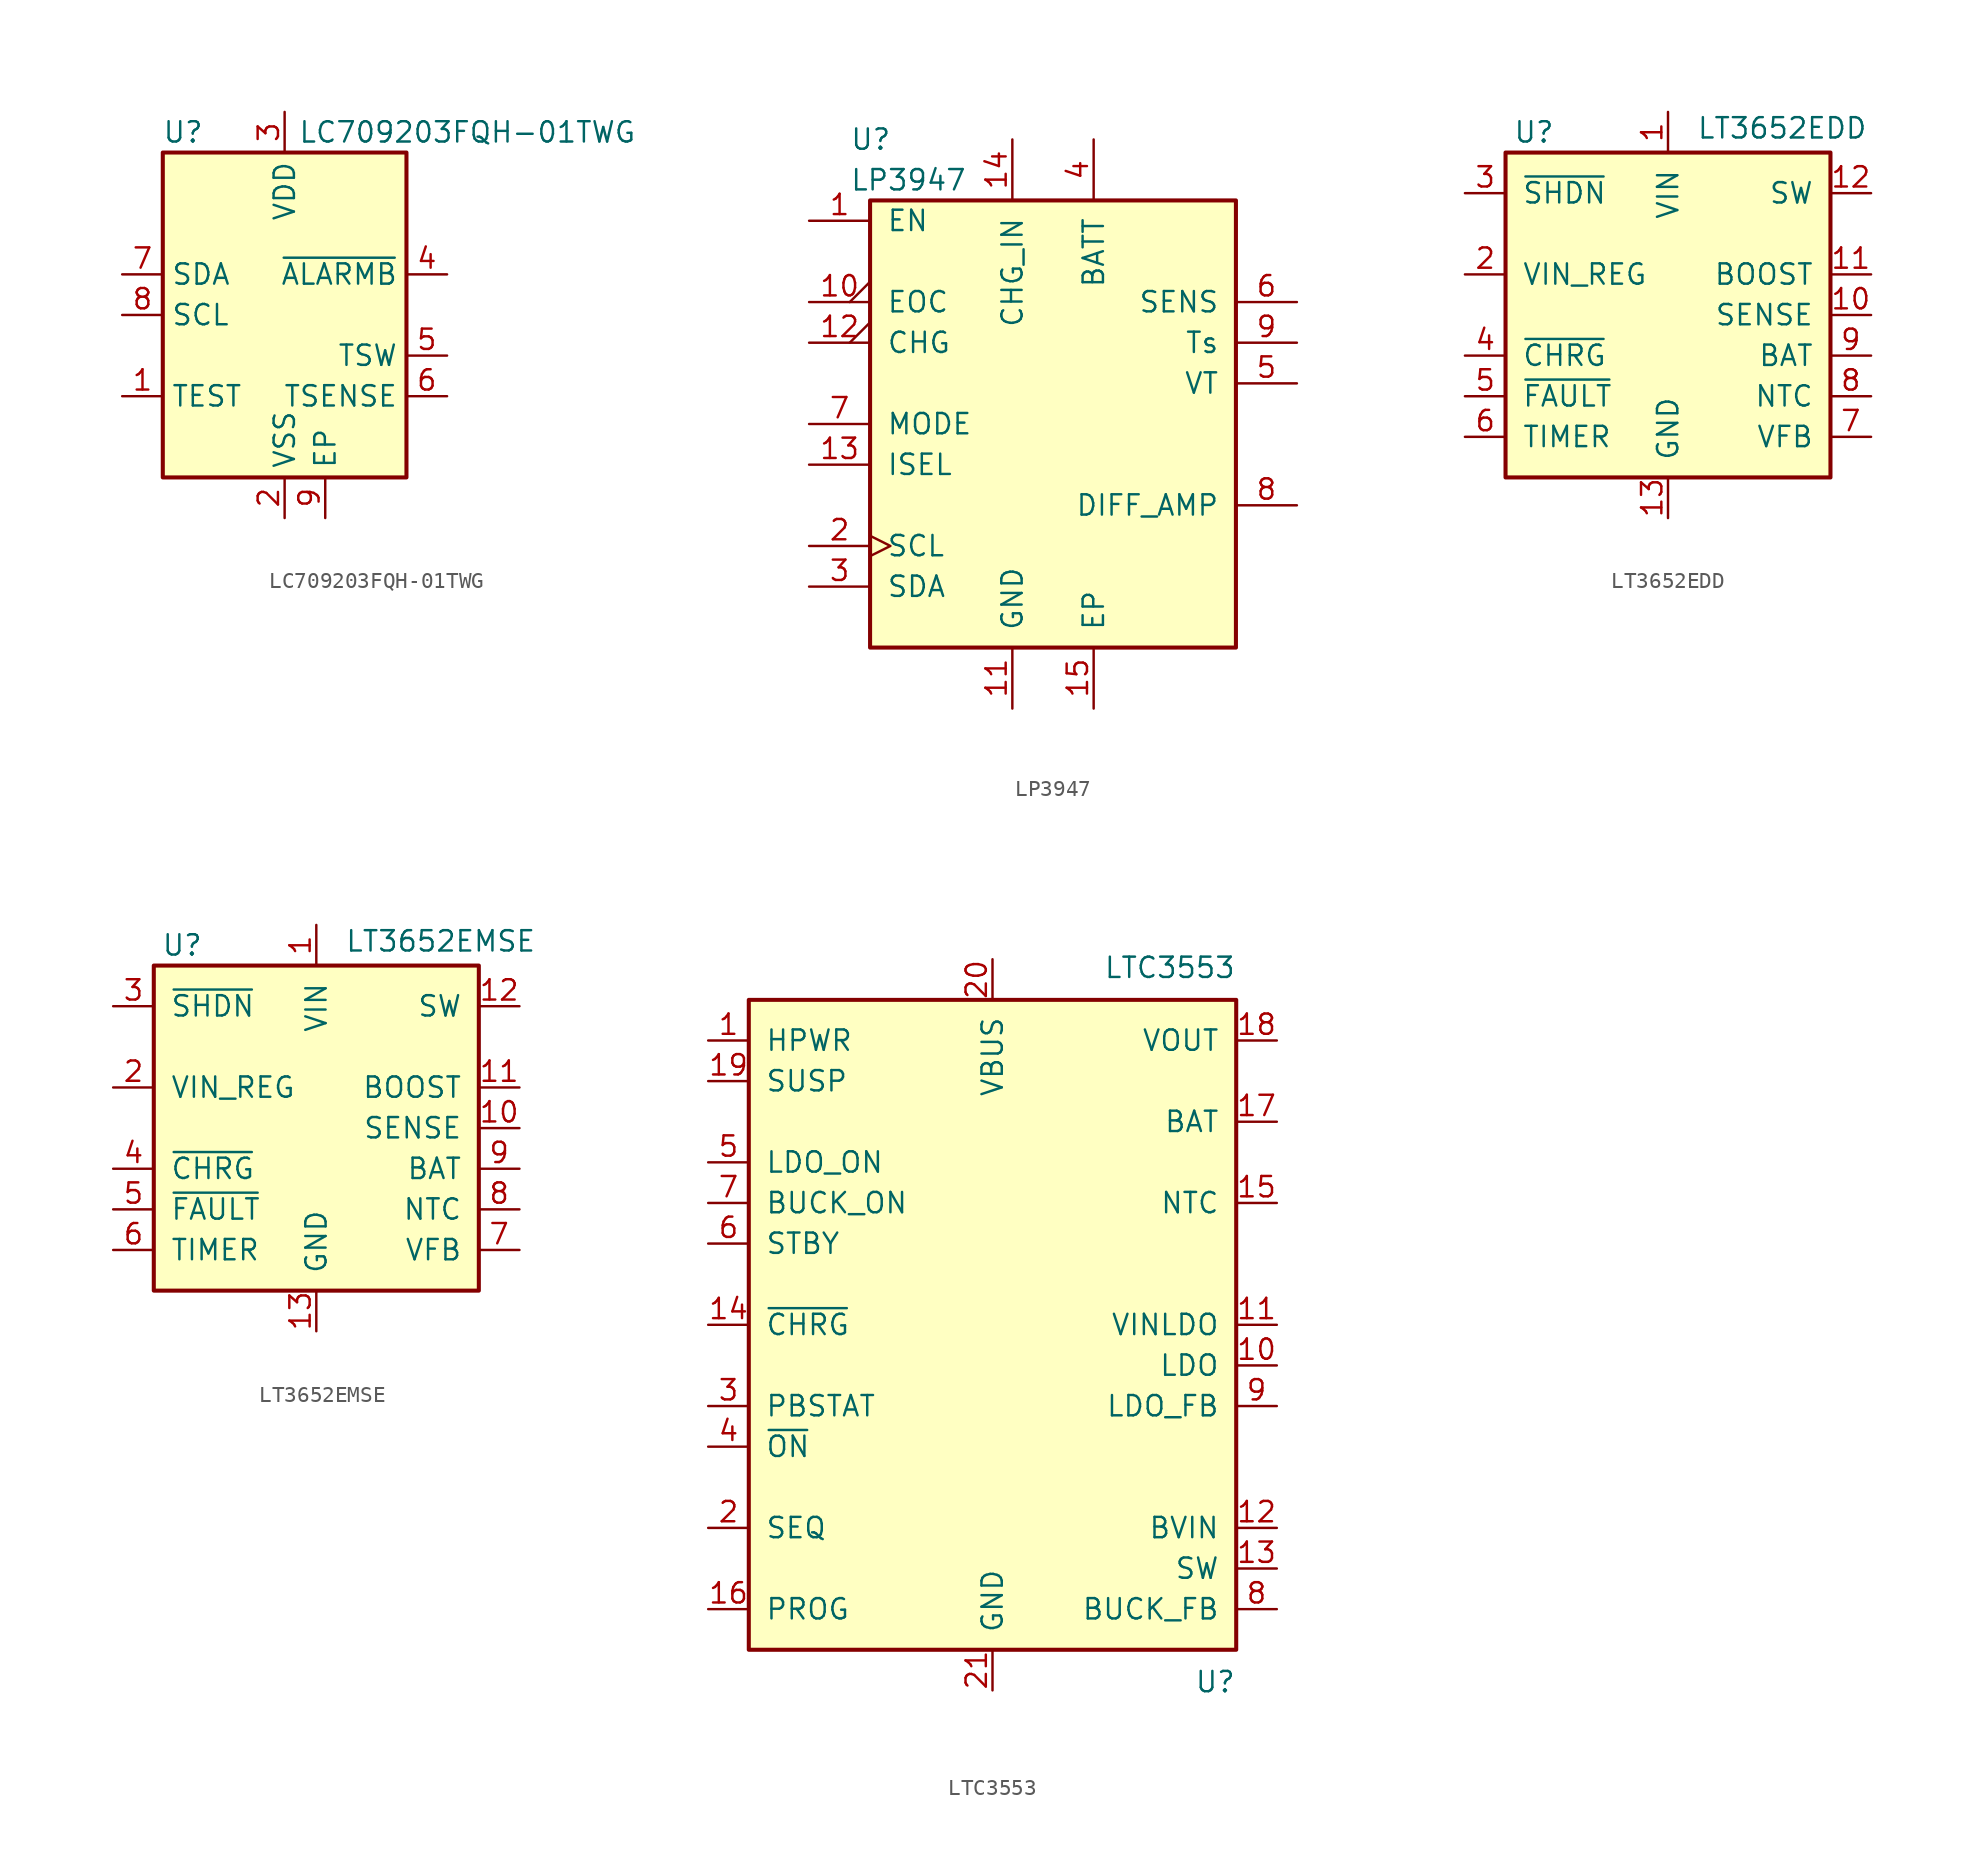
<source format=kicad_sym>
(kicad_symbol_lib
  (version 20201005)
  (generator kicad_symbol_editor)
  (symbol "Battery_Management:LC709203FQH-01TWG"
    (property "Reference" "U"
      (at -6.35 11.43 0)
      (effects (font (size 1.27 1.27))))
    (property "Value" "LC709203FQH-01TWG"
      (at 11.43 11.43 0)
      (effects (font (size 1.27 1.27))))
    (symbol "LC709203FQH-01TWG_0_1"
      (rectangle (start -7.62 10.16) (end 7.62 -10.16) (stroke (width 0.254)) (fill (type background))))
    (symbol "LC709203FQH-01TWG_1_1"
      (pin input line (at -10.16 -5.08 0) (length 2.54) (name "TEST" (effects (font (size 1.27 1.27)))) (number "1" (effects (font (size 1.27 1.27)))))
      (pin power_in line (at 0 -12.7 90) (length 2.54) (name "VSS" (effects (font (size 1.27 1.27)))) (number "2" (effects (font (size 1.27 1.27)))))
      (pin power_in line (at 0 12.7 270) (length 2.54) (name "VDD" (effects (font (size 1.27 1.27)))) (number "3" (effects (font (size 1.27 1.27)))))
      (pin open_collector line (at 10.16 2.54 180) (length 2.54) (name "~ALARMB" (effects (font (size 1.27 1.27)))) (number "4" (effects (font (size 1.27 1.27)))))
      (pin output line (at 10.16 -2.54 180) (length 2.54) (name "TSW" (effects (font (size 1.27 1.27)))) (number "5" (effects (font (size 1.27 1.27)))))
      (pin input line (at 10.16 -5.08 180) (length 2.54) (name "TSENSE" (effects (font (size 1.27 1.27)))) (number "6" (effects (font (size 1.27 1.27)))))
      (pin bidirectional line (at -10.16 2.54 0) (length 2.54) (name "SDA" (effects (font (size 1.27 1.27)))) (number "7" (effects (font (size 1.27 1.27)))))
      (pin input line (at -10.16 0 0) (length 2.54) (name "SCL" (effects (font (size 1.27 1.27)))) (number "8" (effects (font (size 1.27 1.27)))))
      (pin passive line (at 2.54 -12.7 90) (length 2.54) (name "EP" (effects (font (size 1.27 1.27)))) (number "9" (effects (font (size 1.27 1.27)))))))
  (symbol "Battery_Management:LP3947"
    (pin_names
      (offset 1.016))
    (property "Reference" "U"
      (at -12.7 17.78 0)
      (effects (font (size 1.27 1.27)) (justify left)))
    (property "Value" "LP3947"
      (at -12.7 15.24 0)
      (effects (font (size 1.27 1.27)) (justify left)))
    (symbol "LP3947_0_1"
      (rectangle (start -11.43 13.97) (end 11.43 -13.97) (stroke (width 0.254)) (fill (type background))))
    (symbol "LP3947_1_1"
      (pin input line (at -15.24 12.7 0) (length 3.81) (name "EN" (effects (font (size 1.27 1.27)))) (number "1" (effects (font (size 1.27 1.27)))))
      (pin open_collector output_low (at -15.24 7.62 0) (length 3.81) (name "EOC" (effects (font (size 1.27 1.27)))) (number "10" (effects (font (size 1.27 1.27)))))
      (pin power_in line (at -2.54 -17.78 90) (length 3.81) (name "GND" (effects (font (size 1.27 1.27)))) (number "11" (effects (font (size 1.27 1.27)))))
      (pin open_collector output_low (at -15.24 5.08 0) (length 3.81) (name "CHG" (effects (font (size 1.27 1.27)))) (number "12" (effects (font (size 1.27 1.27)))))
      (pin input line (at -15.24 -2.54 0) (length 3.81) (name "ISEL" (effects (font (size 1.27 1.27)))) (number "13" (effects (font (size 1.27 1.27)))))
      (pin power_in line (at -2.54 17.78 270) (length 3.81) (name "CHG_IN" (effects (font (size 1.27 1.27)))) (number "14" (effects (font (size 1.27 1.27)))))
      (pin power_in line (at 2.54 -17.78 90) (length 3.81) (name "EP" (effects (font (size 1.27 1.27)))) (number "15" (effects (font (size 1.27 1.27)))))
      (pin input clock (at -15.24 -7.62 0) (length 3.81) (name "SCL" (effects (font (size 1.27 1.27)))) (number "2" (effects (font (size 1.27 1.27)))))
      (pin bidirectional line (at -15.24 -10.16 0) (length 3.81) (name "SDA" (effects (font (size 1.27 1.27)))) (number "3" (effects (font (size 1.27 1.27)))))
      (pin power_out line (at 2.54 17.78 270) (length 3.81) (name "BATT" (effects (font (size 1.27 1.27)))) (number "4" (effects (font (size 1.27 1.27)))))
      (pin power_out line (at 15.24 2.54 180) (length 3.81) (name "VT" (effects (font (size 1.27 1.27)))) (number "5" (effects (font (size 1.27 1.27)))))
      (pin input line (at 15.24 7.62 180) (length 3.81) (name "SENS" (effects (font (size 1.27 1.27)))) (number "6" (effects (font (size 1.27 1.27)))))
      (pin input line (at -15.24 0 0) (length 3.81) (name "MODE" (effects (font (size 1.27 1.27)))) (number "7" (effects (font (size 1.27 1.27)))))
      (pin output line (at 15.24 -5.08 180) (length 3.81) (name "DIFF_AMP" (effects (font (size 1.27 1.27)))) (number "8" (effects (font (size 1.27 1.27)))))
      (pin input line (at 15.24 5.08 180) (length 3.81) (name "Ts" (effects (font (size 1.27 1.27)))) (number "9" (effects (font (size 1.27 1.27)))))))
  (symbol "Battery_Management:LT3652EDD"
    (pin_names
      (offset 1.016))
    (property "Reference" "U"
      (at -8.382 11.43 0)
      (effects (font (size 1.27 1.27))))
    (property "Value" "LT3652EDD"
      (at 1.778 11.684 0)
      (effects (font (size 1.27 1.27)) (justify left)))
    (symbol "LT3652EDD_0_1"
      (rectangle (start -10.16 10.16) (end 10.16 -10.16) (stroke (width 0.254)) (fill (type background))))
    (symbol "LT3652EDD_1_1"
      (pin power_in line (at 0 12.7 270) (length 2.54) (name "VIN" (effects (font (size 1.27 1.27)))) (number "1" (effects (font (size 1.27 1.27)))))
      (pin input line (at 12.7 0 180) (length 2.54) (name "SENSE" (effects (font (size 1.27 1.27)))) (number "10" (effects (font (size 1.27 1.27)))))
      (pin input line (at 12.7 2.54 180) (length 2.54) (name "BOOST" (effects (font (size 1.27 1.27)))) (number "11" (effects (font (size 1.27 1.27)))))
      (pin output line (at 12.7 7.62 180) (length 2.54) (name "SW" (effects (font (size 1.27 1.27)))) (number "12" (effects (font (size 1.27 1.27)))))
      (pin power_in line (at 0 -12.7 90) (length 2.54) (name "GND" (effects (font (size 1.27 1.27)))) (number "13" (effects (font (size 1.27 1.27)))))
      (pin input line (at -12.7 2.54 0) (length 2.54) (name "VIN_REG" (effects (font (size 1.27 1.27)))) (number "2" (effects (font (size 1.27 1.27)))))
      (pin input line (at -12.7 7.62 0) (length 2.54) (name "~SHDN" (effects (font (size 1.27 1.27)))) (number "3" (effects (font (size 1.27 1.27)))))
      (pin open_collector line (at -12.7 -2.54 0) (length 2.54) (name "~CHRG" (effects (font (size 1.27 1.27)))) (number "4" (effects (font (size 1.27 1.27)))))
      (pin open_collector line (at -12.7 -5.08 0) (length 2.54) (name "~FAULT" (effects (font (size 1.27 1.27)))) (number "5" (effects (font (size 1.27 1.27)))))
      (pin output line (at -12.7 -7.62 0) (length 2.54) (name "TIMER" (effects (font (size 1.27 1.27)))) (number "6" (effects (font (size 1.27 1.27)))))
      (pin input line (at 12.7 -7.62 180) (length 2.54) (name "VFB" (effects (font (size 1.27 1.27)))) (number "7" (effects (font (size 1.27 1.27)))))
      (pin input line (at 12.7 -5.08 180) (length 2.54) (name "NTC" (effects (font (size 1.27 1.27)))) (number "8" (effects (font (size 1.27 1.27)))))
      (pin output line (at 12.7 -2.54 180) (length 2.54) (name "BAT" (effects (font (size 1.27 1.27)))) (number "9" (effects (font (size 1.27 1.27)))))))
  (symbol "Battery_Management:LT3652EMSE"
    (pin_names
      (offset 1.016))
    (property "Reference" "U"
      (at -8.382 11.43 0)
      (effects (font (size 1.27 1.27))))
    (property "Value" "LT3652EMSE"
      (at 1.778 11.684 0)
      (effects (font (size 1.27 1.27)) (justify left)))
    (symbol "LT3652EMSE_0_1"
      (rectangle (start -10.16 10.16) (end 10.16 -10.16) (stroke (width 0.254)) (fill (type background))))
    (symbol "LT3652EMSE_1_1"
      (pin power_in line (at 0 12.7 270) (length 2.54) (name "VIN" (effects (font (size 1.27 1.27)))) (number "1" (effects (font (size 1.27 1.27)))))
      (pin input line (at 12.7 0 180) (length 2.54) (name "SENSE" (effects (font (size 1.27 1.27)))) (number "10" (effects (font (size 1.27 1.27)))))
      (pin input line (at 12.7 2.54 180) (length 2.54) (name "BOOST" (effects (font (size 1.27 1.27)))) (number "11" (effects (font (size 1.27 1.27)))))
      (pin output line (at 12.7 7.62 180) (length 2.54) (name "SW" (effects (font (size 1.27 1.27)))) (number "12" (effects (font (size 1.27 1.27)))))
      (pin power_in line (at 0 -12.7 90) (length 2.54) (name "GND" (effects (font (size 1.27 1.27)))) (number "13" (effects (font (size 1.27 1.27)))))
      (pin input line (at -12.7 2.54 0) (length 2.54) (name "VIN_REG" (effects (font (size 1.27 1.27)))) (number "2" (effects (font (size 1.27 1.27)))))
      (pin input line (at -12.7 7.62 0) (length 2.54) (name "~SHDN" (effects (font (size 1.27 1.27)))) (number "3" (effects (font (size 1.27 1.27)))))
      (pin open_collector line (at -12.7 -2.54 0) (length 2.54) (name "~CHRG" (effects (font (size 1.27 1.27)))) (number "4" (effects (font (size 1.27 1.27)))))
      (pin open_collector line (at -12.7 -5.08 0) (length 2.54) (name "~FAULT" (effects (font (size 1.27 1.27)))) (number "5" (effects (font (size 1.27 1.27)))))
      (pin output line (at -12.7 -7.62 0) (length 2.54) (name "TIMER" (effects (font (size 1.27 1.27)))) (number "6" (effects (font (size 1.27 1.27)))))
      (pin input line (at 12.7 -7.62 180) (length 2.54) (name "VFB" (effects (font (size 1.27 1.27)))) (number "7" (effects (font (size 1.27 1.27)))))
      (pin input line (at 12.7 -5.08 180) (length 2.54) (name "NTC" (effects (font (size 1.27 1.27)))) (number "8" (effects (font (size 1.27 1.27)))))
      (pin output line (at 12.7 -2.54 180) (length 2.54) (name "BAT" (effects (font (size 1.27 1.27)))) (number "9" (effects (font (size 1.27 1.27)))))))
  (symbol "Battery_Management:LTC3553"
    (pin_names
      (offset 1.016))
    (property "Reference" "U"
      (at 15.24 -21.59 0)
      (effects (font (size 1.27 1.27)) (justify right top)))
    (property "Value" "LTC3553"
      (at 15.24 21.59 0)
      (effects (font (size 1.27 1.27)) (justify right bottom)))
    (symbol "LTC3553_0_1"
      (rectangle (start -15.24 20.32) (end 15.24 -20.32) (stroke (width 0.254)) (fill (type background))))
    (symbol "LTC3553_1_1"
      (pin input line (at -17.78 17.78 0) (length 2.54) (name "HPWR" (effects (font (size 1.27 1.27)))) (number "1" (effects (font (size 1.27 1.27)))))
      (pin power_out line (at 17.78 -2.54 180) (length 2.54) (name "LDO" (effects (font (size 1.27 1.27)))) (number "10" (effects (font (size 1.27 1.27)))))
      (pin power_in line (at 17.78 0 180) (length 2.54) (name "VINLDO" (effects (font (size 1.27 1.27)))) (number "11" (effects (font (size 1.27 1.27)))))
      (pin power_in line (at 17.78 -12.7 180) (length 2.54) (name "BVIN" (effects (font (size 1.27 1.27)))) (number "12" (effects (font (size 1.27 1.27)))))
      (pin power_out line (at 17.78 -15.24 180) (length 2.54) (name "SW" (effects (font (size 1.27 1.27)))) (number "13" (effects (font (size 1.27 1.27)))))
      (pin open_collector line (at -17.78 0 0) (length 2.54) (name "~CHRG~" (effects (font (size 1.27 1.27)))) (number "14" (effects (font (size 1.27 1.27)))))
      (pin passive line (at 17.78 7.62 180) (length 2.54) (name "NTC" (effects (font (size 1.27 1.27)))) (number "15" (effects (font (size 1.27 1.27)))))
      (pin passive line (at -17.78 -17.78 0) (length 2.54) (name "PROG" (effects (font (size 1.27 1.27)))) (number "16" (effects (font (size 1.27 1.27)))))
      (pin power_out line (at 17.78 12.7 180) (length 2.54) (name "BAT" (effects (font (size 1.27 1.27)))) (number "17" (effects (font (size 1.27 1.27)))))
      (pin power_out line (at 17.78 17.78 180) (length 2.54) (name "VOUT" (effects (font (size 1.27 1.27)))) (number "18" (effects (font (size 1.27 1.27)))))
      (pin input line (at -17.78 15.24 0) (length 2.54) (name "SUSP" (effects (font (size 1.27 1.27)))) (number "19" (effects (font (size 1.27 1.27)))))
      (pin input line (at -17.78 -12.7 0) (length 2.54) (name "SEQ" (effects (font (size 1.27 1.27)))) (number "2" (effects (font (size 1.27 1.27)))))
      (pin power_in line (at 0 22.86 270) (length 2.54) (name "VBUS" (effects (font (size 1.27 1.27)))) (number "20" (effects (font (size 1.27 1.27)))))
      (pin power_in line (at 0 -22.86 90) (length 2.54) (name "GND" (effects (font (size 1.27 1.27)))) (number "21" (effects (font (size 1.27 1.27)))))
      (pin output line (at -17.78 -5.08 0) (length 2.54) (name "PBSTAT" (effects (font (size 1.27 1.27)))) (number "3" (effects (font (size 1.27 1.27)))))
      (pin input line (at -17.78 -7.62 0) (length 2.54) (name "~ON~" (effects (font (size 1.27 1.27)))) (number "4" (effects (font (size 1.27 1.27)))))
      (pin input line (at -17.78 10.16 0) (length 2.54) (name "LDO_ON" (effects (font (size 1.27 1.27)))) (number "5" (effects (font (size 1.27 1.27)))))
      (pin input line (at -17.78 5.08 0) (length 2.54) (name "STBY" (effects (font (size 1.27 1.27)))) (number "6" (effects (font (size 1.27 1.27)))))
      (pin input line (at -17.78 7.62 0) (length 2.54) (name "BUCK_ON" (effects (font (size 1.27 1.27)))) (number "7" (effects (font (size 1.27 1.27)))))
      (pin input line (at 17.78 -17.78 180) (length 2.54) (name "BUCK_FB" (effects (font (size 1.27 1.27)))) (number "8" (effects (font (size 1.27 1.27)))))
      (pin input line (at 17.78 -5.08 180) (length 2.54) (name "LDO_FB" (effects (font (size 1.27 1.27)))) (number "9" (effects (font (size 1.27 1.27))))))))
</source>
